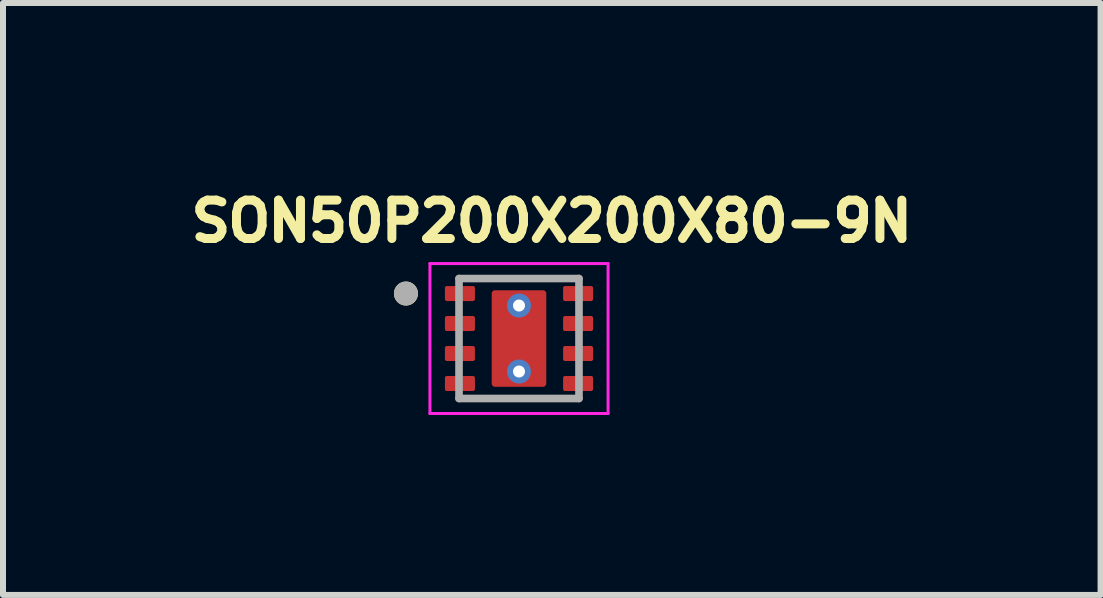
<source format=kicad_pcb>
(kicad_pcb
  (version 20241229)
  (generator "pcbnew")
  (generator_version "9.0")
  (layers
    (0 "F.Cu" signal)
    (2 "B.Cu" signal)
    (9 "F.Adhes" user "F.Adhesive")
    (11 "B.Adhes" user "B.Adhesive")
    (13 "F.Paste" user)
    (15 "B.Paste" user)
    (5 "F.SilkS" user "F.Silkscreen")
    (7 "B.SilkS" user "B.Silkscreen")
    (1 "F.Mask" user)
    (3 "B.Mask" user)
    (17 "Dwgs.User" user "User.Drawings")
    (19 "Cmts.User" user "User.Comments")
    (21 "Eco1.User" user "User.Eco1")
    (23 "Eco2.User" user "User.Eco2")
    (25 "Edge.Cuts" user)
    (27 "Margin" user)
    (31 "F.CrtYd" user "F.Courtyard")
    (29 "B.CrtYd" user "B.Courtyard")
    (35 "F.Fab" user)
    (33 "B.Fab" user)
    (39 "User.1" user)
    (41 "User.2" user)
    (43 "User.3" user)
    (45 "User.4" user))
  (footprint "SON50P200X200X80-9N"
    (layer "F.Cu")
    (at 5.603 2.594)
    (property "Reference" "SON50P200X200X80-9N" (at 0.547 -1.956 0) (layer "F.SilkS") (effects (font (size 0.64 0.64) (thickness 0.15))))
    (attr smd)
    (fp_poly (pts (xy -1.255 -0.945) (xy -0.715 -0.945) (xy -0.712 -0.945) (xy -0.71 -0.945) (xy -0.707 -0.944) (xy -0.705 -0.944) (xy -0.702 -0.943) (xy -0.7 -0.943) (xy -0.697 -0.942) (xy -0.695 -0.941) (xy -0.692 -0.94) (xy -0.69 -0.938) (xy -0.688 -0.937) (xy -0.686 -0.935) (xy -0.684 -0.934) (xy -0.682 -0.932) (xy -0.68 -0.93) (xy -0.678 -0.928) (xy -0.676 -0.926) (xy -0.675 -0.924) (xy -0.673 -0.922) (xy -0.672 -0.92) (xy -0.67 -0.918) (xy -0.669 -0.915) (xy -0.668 -0.913) (xy -0.667 -0.91) (xy -0.667 -0.908) (xy -0.666 -0.905) (xy -0.666 -0.903) (xy -0.665 -0.9) (xy -0.665 -0.898) (xy -0.665 -0.895) (xy -0.665 -0.605) (xy -0.665 -0.602) (xy -0.665 -0.6) (xy -0.666 -0.597) (xy -0.666 -0.595) (xy -0.667 -0.592) (xy -0.667 -0.59) (xy -0.668 -0.587) (xy -0.669 -0.585) (xy -0.67 -0.582) (xy -0.672 -0.58) (xy -0.673 -0.578) (xy -0.675 -0.576) (xy -0.676 -0.574) (xy -0.678 -0.572) (xy -0.68 -0.57) (xy -0.682 -0.568) (xy -0.684 -0.566) (xy -0.686 -0.565) (xy -0.688 -0.563) (xy -0.69 -0.562) (xy -0.692 -0.56) (xy -0.695 -0.559) (xy -0.697 -0.558) (xy -0.7 -0.557) (xy -0.702 -0.557) (xy -0.705 -0.556) (xy -0.707 -0.556) (xy -0.71 -0.555) (xy -0.712 -0.555) (xy -0.715 -0.555) (xy -1.255 -0.555) (xy -1.258 -0.555) (xy -1.26 -0.555) (xy -1.263 -0.556) (xy -1.265 -0.556) (xy -1.268 -0.557) (xy -1.27 -0.557) (xy -1.273 -0.558) (xy -1.275 -0.559) (xy -1.278 -0.56) (xy -1.28 -0.562) (xy -1.282 -0.563) (xy -1.284 -0.565) (xy -1.286 -0.566) (xy -1.288 -0.568) (xy -1.29 -0.57) (xy -1.292 -0.572) (xy -1.294 -0.574) (xy -1.295 -0.576) (xy -1.297 -0.578) (xy -1.298 -0.58) (xy -1.3 -0.582) (xy -1.301 -0.585) (xy -1.302 -0.587) (xy -1.303 -0.59) (xy -1.303 -0.592) (xy -1.304 -0.595) (xy -1.304 -0.597) (xy -1.305 -0.6) (xy -1.305 -0.602) (xy -1.305 -0.605) (xy -1.305 -0.895) (xy -1.305 -0.898) (xy -1.305 -0.9) (xy -1.304 -0.903) (xy -1.304 -0.905) (xy -1.303 -0.908) (xy -1.303 -0.91) (xy -1.302 -0.913) (xy -1.301 -0.915) (xy -1.3 -0.918) (xy -1.298 -0.92) (xy -1.297 -0.922) (xy -1.295 -0.924) (xy -1.294 -0.926) (xy -1.292 -0.928) (xy -1.29 -0.93) (xy -1.288 -0.932) (xy -1.286 -0.934) (xy -1.284 -0.935) (xy -1.282 -0.937) (xy -1.28 -0.938) (xy -1.278 -0.94) (xy -1.275 -0.941) (xy -1.273 -0.942) (xy -1.27 -0.943) (xy -1.268 -0.943) (xy -1.265 -0.944) (xy -1.263 -0.944) (xy -1.26 -0.945) (xy -1.258 -0.945) (xy -1.255 -0.945)) (stroke (width 0.01) (type solid)) (fill yes) (layer "F.Mask"))
    (fp_poly (pts (xy -1.255 -0.445) (xy -0.715 -0.445) (xy -0.712 -0.445) (xy -0.71 -0.445) (xy -0.707 -0.444) (xy -0.705 -0.444) (xy -0.702 -0.443) (xy -0.7 -0.443) (xy -0.697 -0.442) (xy -0.695 -0.441) (xy -0.692 -0.44) (xy -0.69 -0.438) (xy -0.688 -0.437) (xy -0.686 -0.435) (xy -0.684 -0.434) (xy -0.682 -0.432) (xy -0.68 -0.43) (xy -0.678 -0.428) (xy -0.676 -0.426) (xy -0.675 -0.424) (xy -0.673 -0.422) (xy -0.672 -0.42) (xy -0.67 -0.418) (xy -0.669 -0.415) (xy -0.668 -0.413) (xy -0.667 -0.41) (xy -0.667 -0.408) (xy -0.666 -0.405) (xy -0.666 -0.403) (xy -0.665 -0.4) (xy -0.665 -0.398) (xy -0.665 -0.395) (xy -0.665 -0.105) (xy -0.665 -0.102) (xy -0.665 -0.1) (xy -0.666 -0.097) (xy -0.666 -0.095) (xy -0.667 -0.092) (xy -0.667 -0.09) (xy -0.668 -0.087) (xy -0.669 -0.085) (xy -0.67 -0.082) (xy -0.672 -0.08) (xy -0.673 -0.078) (xy -0.675 -0.076) (xy -0.676 -0.074) (xy -0.678 -0.072) (xy -0.68 -0.07) (xy -0.682 -0.068) (xy -0.684 -0.066) (xy -0.686 -0.065) (xy -0.688 -0.063) (xy -0.69 -0.062) (xy -0.692 -0.06) (xy -0.695 -0.059) (xy -0.697 -0.058) (xy -0.7 -0.057) (xy -0.702 -0.057) (xy -0.705 -0.056) (xy -0.707 -0.056) (xy -0.71 -0.055) (xy -0.712 -0.055) (xy -0.715 -0.055) (xy -1.255 -0.055) (xy -1.258 -0.055) (xy -1.26 -0.055) (xy -1.263 -0.056) (xy -1.265 -0.056) (xy -1.268 -0.057) (xy -1.27 -0.057) (xy -1.273 -0.058) (xy -1.275 -0.059) (xy -1.278 -0.06) (xy -1.28 -0.062) (xy -1.282 -0.063) (xy -1.284 -0.065) (xy -1.286 -0.066) (xy -1.288 -0.068) (xy -1.29 -0.07) (xy -1.292 -0.072) (xy -1.294 -0.074) (xy -1.295 -0.076) (xy -1.297 -0.078) (xy -1.298 -0.08) (xy -1.3 -0.082) (xy -1.301 -0.085) (xy -1.302 -0.087) (xy -1.303 -0.09) (xy -1.303 -0.092) (xy -1.304 -0.095) (xy -1.304 -0.097) (xy -1.305 -0.1) (xy -1.305 -0.102) (xy -1.305 -0.105) (xy -1.305 -0.395) (xy -1.305 -0.398) (xy -1.305 -0.4) (xy -1.304 -0.403) (xy -1.304 -0.405) (xy -1.303 -0.408) (xy -1.303 -0.41) (xy -1.302 -0.413) (xy -1.301 -0.415) (xy -1.3 -0.418) (xy -1.298 -0.42) (xy -1.297 -0.422) (xy -1.295 -0.424) (xy -1.294 -0.426) (xy -1.292 -0.428) (xy -1.29 -0.43) (xy -1.288 -0.432) (xy -1.286 -0.434) (xy -1.284 -0.435) (xy -1.282 -0.437) (xy -1.28 -0.438) (xy -1.278 -0.44) (xy -1.275 -0.441) (xy -1.273 -0.442) (xy -1.27 -0.443) (xy -1.268 -0.443) (xy -1.265 -0.444) (xy -1.263 -0.444) (xy -1.26 -0.445) (xy -1.258 -0.445) (xy -1.255 -0.445)) (stroke (width 0.01) (type solid)) (fill yes) (layer "F.Mask"))
    (fp_poly (pts (xy -1.255 0.055) (xy -0.715 0.055) (xy -0.712 0.055) (xy -0.71 0.055) (xy -0.707 0.056) (xy -0.705 0.056) (xy -0.702 0.057) (xy -0.7 0.057) (xy -0.697 0.058) (xy -0.695 0.059) (xy -0.692 0.06) (xy -0.69 0.062) (xy -0.688 0.063) (xy -0.686 0.065) (xy -0.684 0.066) (xy -0.682 0.068) (xy -0.68 0.07) (xy -0.678 0.072) (xy -0.676 0.074) (xy -0.675 0.076) (xy -0.673 0.078) (xy -0.672 0.08) (xy -0.67 0.082) (xy -0.669 0.085) (xy -0.668 0.087) (xy -0.667 0.09) (xy -0.667 0.092) (xy -0.666 0.095) (xy -0.666 0.097) (xy -0.665 0.1) (xy -0.665 0.102) (xy -0.665 0.105) (xy -0.665 0.395) (xy -0.665 0.398) (xy -0.665 0.4) (xy -0.666 0.403) (xy -0.666 0.405) (xy -0.667 0.408) (xy -0.667 0.41) (xy -0.668 0.413) (xy -0.669 0.415) (xy -0.67 0.418) (xy -0.672 0.42) (xy -0.673 0.422) (xy -0.675 0.424) (xy -0.676 0.426) (xy -0.678 0.428) (xy -0.68 0.43) (xy -0.682 0.432) (xy -0.684 0.434) (xy -0.686 0.435) (xy -0.688 0.437) (xy -0.69 0.438) (xy -0.692 0.44) (xy -0.695 0.441) (xy -0.697 0.442) (xy -0.7 0.443) (xy -0.702 0.443) (xy -0.705 0.444) (xy -0.707 0.444) (xy -0.71 0.445) (xy -0.712 0.445) (xy -0.715 0.445) (xy -1.255 0.445) (xy -1.258 0.445) (xy -1.26 0.445) (xy -1.263 0.444) (xy -1.265 0.444) (xy -1.268 0.443) (xy -1.27 0.443) (xy -1.273 0.442) (xy -1.275 0.441) (xy -1.278 0.44) (xy -1.28 0.438) (xy -1.282 0.437) (xy -1.284 0.435) (xy -1.286 0.434) (xy -1.288 0.432) (xy -1.29 0.43) (xy -1.292 0.428) (xy -1.294 0.426) (xy -1.295 0.424) (xy -1.297 0.422) (xy -1.298 0.42) (xy -1.3 0.418) (xy -1.301 0.415) (xy -1.302 0.413) (xy -1.303 0.41) (xy -1.303 0.408) (xy -1.304 0.405) (xy -1.304 0.403) (xy -1.305 0.4) (xy -1.305 0.398) (xy -1.305 0.395) (xy -1.305 0.105) (xy -1.305 0.102) (xy -1.305 0.1) (xy -1.304 0.097) (xy -1.304 0.095) (xy -1.303 0.092) (xy -1.303 0.09) (xy -1.302 0.087) (xy -1.301 0.085) (xy -1.3 0.082) (xy -1.298 0.08) (xy -1.297 0.078) (xy -1.295 0.076) (xy -1.294 0.074) (xy -1.292 0.072) (xy -1.29 0.07) (xy -1.288 0.068) (xy -1.286 0.066) (xy -1.284 0.065) (xy -1.282 0.063) (xy -1.28 0.062) (xy -1.278 0.06) (xy -1.275 0.059) (xy -1.273 0.058) (xy -1.27 0.057) (xy -1.268 0.057) (xy -1.265 0.056) (xy -1.263 0.056) (xy -1.26 0.055) (xy -1.258 0.055) (xy -1.255 0.055)) (stroke (width 0.01) (type solid)) (fill yes) (layer "F.Mask"))
    (fp_poly (pts (xy -1.255 0.555) (xy -0.715 0.555) (xy -0.712 0.555) (xy -0.71 0.555) (xy -0.707 0.556) (xy -0.705 0.556) (xy -0.702 0.557) (xy -0.7 0.557) (xy -0.697 0.558) (xy -0.695 0.559) (xy -0.692 0.56) (xy -0.69 0.562) (xy -0.688 0.563) (xy -0.686 0.565) (xy -0.684 0.566) (xy -0.682 0.568) (xy -0.68 0.57) (xy -0.678 0.572) (xy -0.676 0.574) (xy -0.675 0.576) (xy -0.673 0.578) (xy -0.672 0.58) (xy -0.67 0.582) (xy -0.669 0.585) (xy -0.668 0.587) (xy -0.667 0.59) (xy -0.667 0.592) (xy -0.666 0.595) (xy -0.666 0.597) (xy -0.665 0.6) (xy -0.665 0.602) (xy -0.665 0.605) (xy -0.665 0.895) (xy -0.665 0.898) (xy -0.665 0.9) (xy -0.666 0.903) (xy -0.666 0.905) (xy -0.667 0.908) (xy -0.667 0.91) (xy -0.668 0.913) (xy -0.669 0.915) (xy -0.67 0.918) (xy -0.672 0.92) (xy -0.673 0.922) (xy -0.675 0.924) (xy -0.676 0.926) (xy -0.678 0.928) (xy -0.68 0.93) (xy -0.682 0.932) (xy -0.684 0.934) (xy -0.686 0.935) (xy -0.688 0.937) (xy -0.69 0.938) (xy -0.692 0.94) (xy -0.695 0.941) (xy -0.697 0.942) (xy -0.7 0.943) (xy -0.702 0.943) (xy -0.705 0.944) (xy -0.707 0.944) (xy -0.71 0.945) (xy -0.712 0.945) (xy -0.715 0.945) (xy -1.255 0.945) (xy -1.258 0.945) (xy -1.26 0.945) (xy -1.263 0.944) (xy -1.265 0.944) (xy -1.268 0.943) (xy -1.27 0.943) (xy -1.273 0.942) (xy -1.275 0.941) (xy -1.278 0.94) (xy -1.28 0.938) (xy -1.282 0.937) (xy -1.284 0.935) (xy -1.286 0.934) (xy -1.288 0.932) (xy -1.29 0.93) (xy -1.292 0.928) (xy -1.294 0.926) (xy -1.295 0.924) (xy -1.297 0.922) (xy -1.298 0.92) (xy -1.3 0.918) (xy -1.301 0.915) (xy -1.302 0.913) (xy -1.303 0.91) (xy -1.303 0.908) (xy -1.304 0.905) (xy -1.304 0.903) (xy -1.305 0.9) (xy -1.305 0.898) (xy -1.305 0.895) (xy -1.305 0.605) (xy -1.305 0.602) (xy -1.305 0.6) (xy -1.304 0.597) (xy -1.304 0.595) (xy -1.303 0.592) (xy -1.303 0.59) (xy -1.302 0.587) (xy -1.301 0.585) (xy -1.3 0.582) (xy -1.298 0.58) (xy -1.297 0.578) (xy -1.295 0.576) (xy -1.294 0.574) (xy -1.292 0.572) (xy -1.29 0.57) (xy -1.288 0.568) (xy -1.286 0.566) (xy -1.284 0.565) (xy -1.282 0.563) (xy -1.28 0.562) (xy -1.278 0.56) (xy -1.275 0.559) (xy -1.273 0.558) (xy -1.27 0.557) (xy -1.268 0.557) (xy -1.265 0.556) (xy -1.263 0.556) (xy -1.26 0.555) (xy -1.258 0.555) (xy -1.255 0.555)) (stroke (width 0.01) (type solid)) (fill yes) (layer "F.Mask"))
    (fp_poly (pts (xy -0.52 0.82) (xy -0.52 -0.82) (xy -0.52 -0.823) (xy -0.52 -0.825) (xy -0.519 -0.828) (xy -0.519 -0.83) (xy -0.518 -0.833) (xy -0.518 -0.835) (xy -0.517 -0.838) (xy -0.516 -0.84) (xy -0.515 -0.843) (xy -0.513 -0.845) (xy -0.512 -0.847) (xy -0.51 -0.849) (xy -0.509 -0.851) (xy -0.507 -0.853) (xy -0.505 -0.855) (xy -0.503 -0.857) (xy -0.501 -0.859) (xy -0.499 -0.86) (xy -0.497 -0.862) (xy -0.495 -0.863) (xy -0.493 -0.865) (xy -0.49 -0.866) (xy -0.488 -0.867) (xy -0.485 -0.868) (xy -0.483 -0.868) (xy -0.48 -0.869) (xy -0.478 -0.869) (xy -0.475 -0.87) (xy -0.473 -0.87) (xy -0.47 -0.87) (xy 0.47 -0.87) (xy 0.473 -0.87) (xy 0.475 -0.87) (xy 0.478 -0.869) (xy 0.48 -0.869) (xy 0.483 -0.868) (xy 0.485 -0.868) (xy 0.488 -0.867) (xy 0.49 -0.866) (xy 0.493 -0.865) (xy 0.495 -0.863) (xy 0.497 -0.862) (xy 0.499 -0.86) (xy 0.501 -0.859) (xy 0.503 -0.857) (xy 0.505 -0.855) (xy 0.507 -0.853) (xy 0.509 -0.851) (xy 0.51 -0.849) (xy 0.512 -0.847) (xy 0.513 -0.845) (xy 0.515 -0.843) (xy 0.516 -0.84) (xy 0.517 -0.838) (xy 0.518 -0.835) (xy 0.518 -0.833) (xy 0.519 -0.83) (xy 0.519 -0.828) (xy 0.52 -0.825) (xy 0.52 -0.823) (xy 0.52 -0.82) (xy 0.52 0.82) (xy 0.52 0.823) (xy 0.52 0.825) (xy 0.519 0.828) (xy 0.519 0.83) (xy 0.518 0.833) (xy 0.518 0.835) (xy 0.517 0.838) (xy 0.516 0.84) (xy 0.515 0.843) (xy 0.513 0.845) (xy 0.512 0.847) (xy 0.51 0.849) (xy 0.509 0.851) (xy 0.507 0.853) (xy 0.505 0.855) (xy 0.503 0.857) (xy 0.501 0.859) (xy 0.499 0.86) (xy 0.497 0.862) (xy 0.495 0.863) (xy 0.493 0.865) (xy 0.49 0.866) (xy 0.488 0.867) (xy 0.485 0.868) (xy 0.483 0.868) (xy 0.48 0.869) (xy 0.478 0.869) (xy 0.475 0.87) (xy 0.473 0.87) (xy 0.47 0.87) (xy -0.47 0.87) (xy -0.473 0.87) (xy -0.475 0.87) (xy -0.478 0.869) (xy -0.48 0.869) (xy -0.483 0.868) (xy -0.485 0.868) (xy -0.488 0.867) (xy -0.49 0.866) (xy -0.493 0.865) (xy -0.495 0.863) (xy -0.497 0.862) (xy -0.499 0.86) (xy -0.501 0.859) (xy -0.503 0.857) (xy -0.505 0.855) (xy -0.507 0.853) (xy -0.509 0.851) (xy -0.51 0.849) (xy -0.512 0.847) (xy -0.513 0.845) (xy -0.515 0.843) (xy -0.516 0.84) (xy -0.517 0.838) (xy -0.518 0.835) (xy -0.518 0.833) (xy -0.519 0.83) (xy -0.519 0.828) (xy -0.52 0.825) (xy -0.52 0.823) (xy -0.52 0.82)) (stroke (width 0.01) (type solid)) (fill yes) (layer "F.Mask"))
    (fp_poly (pts (xy 0.715 -0.945) (xy 1.255 -0.945) (xy 1.258 -0.945) (xy 1.26 -0.945) (xy 1.263 -0.944) (xy 1.265 -0.944) (xy 1.268 -0.943) (xy 1.27 -0.943) (xy 1.273 -0.942) (xy 1.275 -0.941) (xy 1.278 -0.94) (xy 1.28 -0.938) (xy 1.282 -0.937) (xy 1.284 -0.935) (xy 1.286 -0.934) (xy 1.288 -0.932) (xy 1.29 -0.93) (xy 1.292 -0.928) (xy 1.294 -0.926) (xy 1.295 -0.924) (xy 1.297 -0.922) (xy 1.298 -0.92) (xy 1.3 -0.918) (xy 1.301 -0.915) (xy 1.302 -0.913) (xy 1.303 -0.91) (xy 1.303 -0.908) (xy 1.304 -0.905) (xy 1.304 -0.903) (xy 1.305 -0.9) (xy 1.305 -0.898) (xy 1.305 -0.895) (xy 1.305 -0.605) (xy 1.305 -0.602) (xy 1.305 -0.6) (xy 1.304 -0.597) (xy 1.304 -0.595) (xy 1.303 -0.592) (xy 1.303 -0.59) (xy 1.302 -0.587) (xy 1.301 -0.585) (xy 1.3 -0.582) (xy 1.298 -0.58) (xy 1.297 -0.578) (xy 1.295 -0.576) (xy 1.294 -0.574) (xy 1.292 -0.572) (xy 1.29 -0.57) (xy 1.288 -0.568) (xy 1.286 -0.566) (xy 1.284 -0.565) (xy 1.282 -0.563) (xy 1.28 -0.562) (xy 1.278 -0.56) (xy 1.275 -0.559) (xy 1.273 -0.558) (xy 1.27 -0.557) (xy 1.268 -0.557) (xy 1.265 -0.556) (xy 1.263 -0.556) (xy 1.26 -0.555) (xy 1.258 -0.555) (xy 1.255 -0.555) (xy 0.715 -0.555) (xy 0.712 -0.555) (xy 0.71 -0.555) (xy 0.707 -0.556) (xy 0.705 -0.556) (xy 0.702 -0.557) (xy 0.7 -0.557) (xy 0.697 -0.558) (xy 0.695 -0.559) (xy 0.692 -0.56) (xy 0.69 -0.562) (xy 0.688 -0.563) (xy 0.686 -0.565) (xy 0.684 -0.566) (xy 0.682 -0.568) (xy 0.68 -0.57) (xy 0.678 -0.572) (xy 0.676 -0.574) (xy 0.675 -0.576) (xy 0.673 -0.578) (xy 0.672 -0.58) (xy 0.67 -0.582) (xy 0.669 -0.585) (xy 0.668 -0.587) (xy 0.667 -0.59) (xy 0.667 -0.592) (xy 0.666 -0.595) (xy 0.666 -0.597) (xy 0.665 -0.6) (xy 0.665 -0.602) (xy 0.665 -0.605) (xy 0.665 -0.895) (xy 0.665 -0.898) (xy 0.665 -0.9) (xy 0.666 -0.903) (xy 0.666 -0.905) (xy 0.667 -0.908) (xy 0.667 -0.91) (xy 0.668 -0.913) (xy 0.669 -0.915) (xy 0.67 -0.918) (xy 0.672 -0.92) (xy 0.673 -0.922) (xy 0.675 -0.924) (xy 0.676 -0.926) (xy 0.678 -0.928) (xy 0.68 -0.93) (xy 0.682 -0.932) (xy 0.684 -0.934) (xy 0.686 -0.935) (xy 0.688 -0.937) (xy 0.69 -0.938) (xy 0.692 -0.94) (xy 0.695 -0.941) (xy 0.697 -0.942) (xy 0.7 -0.943) (xy 0.702 -0.943) (xy 0.705 -0.944) (xy 0.707 -0.944) (xy 0.71 -0.945) (xy 0.712 -0.945) (xy 0.715 -0.945)) (stroke (width 0.01) (type solid)) (fill yes) (layer "F.Mask"))
    (fp_poly (pts (xy 0.715 -0.445) (xy 1.255 -0.445) (xy 1.258 -0.445) (xy 1.26 -0.445) (xy 1.263 -0.444) (xy 1.265 -0.444) (xy 1.268 -0.443) (xy 1.27 -0.443) (xy 1.273 -0.442) (xy 1.275 -0.441) (xy 1.278 -0.44) (xy 1.28 -0.438) (xy 1.282 -0.437) (xy 1.284 -0.435) (xy 1.286 -0.434) (xy 1.288 -0.432) (xy 1.29 -0.43) (xy 1.292 -0.428) (xy 1.294 -0.426) (xy 1.295 -0.424) (xy 1.297 -0.422) (xy 1.298 -0.42) (xy 1.3 -0.418) (xy 1.301 -0.415) (xy 1.302 -0.413) (xy 1.303 -0.41) (xy 1.303 -0.408) (xy 1.304 -0.405) (xy 1.304 -0.403) (xy 1.305 -0.4) (xy 1.305 -0.398) (xy 1.305 -0.395) (xy 1.305 -0.105) (xy 1.305 -0.102) (xy 1.305 -0.1) (xy 1.304 -0.097) (xy 1.304 -0.095) (xy 1.303 -0.092) (xy 1.303 -0.09) (xy 1.302 -0.087) (xy 1.301 -0.085) (xy 1.3 -0.082) (xy 1.298 -0.08) (xy 1.297 -0.078) (xy 1.295 -0.076) (xy 1.294 -0.074) (xy 1.292 -0.072) (xy 1.29 -0.07) (xy 1.288 -0.068) (xy 1.286 -0.066) (xy 1.284 -0.065) (xy 1.282 -0.063) (xy 1.28 -0.062) (xy 1.278 -0.06) (xy 1.275 -0.059) (xy 1.273 -0.058) (xy 1.27 -0.057) (xy 1.268 -0.057) (xy 1.265 -0.056) (xy 1.263 -0.056) (xy 1.26 -0.055) (xy 1.258 -0.055) (xy 1.255 -0.055) (xy 0.715 -0.055) (xy 0.712 -0.055) (xy 0.71 -0.055) (xy 0.707 -0.056) (xy 0.705 -0.056) (xy 0.702 -0.057) (xy 0.7 -0.057) (xy 0.697 -0.058) (xy 0.695 -0.059) (xy 0.692 -0.06) (xy 0.69 -0.062) (xy 0.688 -0.063) (xy 0.686 -0.065) (xy 0.684 -0.066) (xy 0.682 -0.068) (xy 0.68 -0.07) (xy 0.678 -0.072) (xy 0.676 -0.074) (xy 0.675 -0.076) (xy 0.673 -0.078) (xy 0.672 -0.08) (xy 0.67 -0.082) (xy 0.669 -0.085) (xy 0.668 -0.087) (xy 0.667 -0.09) (xy 0.667 -0.092) (xy 0.666 -0.095) (xy 0.666 -0.097) (xy 0.665 -0.1) (xy 0.665 -0.102) (xy 0.665 -0.105) (xy 0.665 -0.395) (xy 0.665 -0.398) (xy 0.665 -0.4) (xy 0.666 -0.403) (xy 0.666 -0.405) (xy 0.667 -0.408) (xy 0.667 -0.41) (xy 0.668 -0.413) (xy 0.669 -0.415) (xy 0.67 -0.418) (xy 0.672 -0.42) (xy 0.673 -0.422) (xy 0.675 -0.424) (xy 0.676 -0.426) (xy 0.678 -0.428) (xy 0.68 -0.43) (xy 0.682 -0.432) (xy 0.684 -0.434) (xy 0.686 -0.435) (xy 0.688 -0.437) (xy 0.69 -0.438) (xy 0.692 -0.44) (xy 0.695 -0.441) (xy 0.697 -0.442) (xy 0.7 -0.443) (xy 0.702 -0.443) (xy 0.705 -0.444) (xy 0.707 -0.444) (xy 0.71 -0.445) (xy 0.712 -0.445) (xy 0.715 -0.445)) (stroke (width 0.01) (type solid)) (fill yes) (layer "F.Mask"))
    (fp_poly (pts (xy 0.715 0.055) (xy 1.255 0.055) (xy 1.258 0.055) (xy 1.26 0.055) (xy 1.263 0.056) (xy 1.265 0.056) (xy 1.268 0.057) (xy 1.27 0.057) (xy 1.273 0.058) (xy 1.275 0.059) (xy 1.278 0.06) (xy 1.28 0.062) (xy 1.282 0.063) (xy 1.284 0.065) (xy 1.286 0.066) (xy 1.288 0.068) (xy 1.29 0.07) (xy 1.292 0.072) (xy 1.294 0.074) (xy 1.295 0.076) (xy 1.297 0.078) (xy 1.298 0.08) (xy 1.3 0.082) (xy 1.301 0.085) (xy 1.302 0.087) (xy 1.303 0.09) (xy 1.303 0.092) (xy 1.304 0.095) (xy 1.304 0.097) (xy 1.305 0.1) (xy 1.305 0.102) (xy 1.305 0.105) (xy 1.305 0.395) (xy 1.305 0.398) (xy 1.305 0.4) (xy 1.304 0.403) (xy 1.304 0.405) (xy 1.303 0.408) (xy 1.303 0.41) (xy 1.302 0.413) (xy 1.301 0.415) (xy 1.3 0.418) (xy 1.298 0.42) (xy 1.297 0.422) (xy 1.295 0.424) (xy 1.294 0.426) (xy 1.292 0.428) (xy 1.29 0.43) (xy 1.288 0.432) (xy 1.286 0.434) (xy 1.284 0.435) (xy 1.282 0.437) (xy 1.28 0.438) (xy 1.278 0.44) (xy 1.275 0.441) (xy 1.273 0.442) (xy 1.27 0.443) (xy 1.268 0.443) (xy 1.265 0.444) (xy 1.263 0.444) (xy 1.26 0.445) (xy 1.258 0.445) (xy 1.255 0.445) (xy 0.715 0.445) (xy 0.712 0.445) (xy 0.71 0.445) (xy 0.707 0.444) (xy 0.705 0.444) (xy 0.702 0.443) (xy 0.7 0.443) (xy 0.697 0.442) (xy 0.695 0.441) (xy 0.692 0.44) (xy 0.69 0.438) (xy 0.688 0.437) (xy 0.686 0.435) (xy 0.684 0.434) (xy 0.682 0.432) (xy 0.68 0.43) (xy 0.678 0.428) (xy 0.676 0.426) (xy 0.675 0.424) (xy 0.673 0.422) (xy 0.672 0.42) (xy 0.67 0.418) (xy 0.669 0.415) (xy 0.668 0.413) (xy 0.667 0.41) (xy 0.667 0.408) (xy 0.666 0.405) (xy 0.666 0.403) (xy 0.665 0.4) (xy 0.665 0.398) (xy 0.665 0.395) (xy 0.665 0.105) (xy 0.665 0.102) (xy 0.665 0.1) (xy 0.666 0.097) (xy 0.666 0.095) (xy 0.667 0.092) (xy 0.667 0.09) (xy 0.668 0.087) (xy 0.669 0.085) (xy 0.67 0.082) (xy 0.672 0.08) (xy 0.673 0.078) (xy 0.675 0.076) (xy 0.676 0.074) (xy 0.678 0.072) (xy 0.68 0.07) (xy 0.682 0.068) (xy 0.684 0.066) (xy 0.686 0.065) (xy 0.688 0.063) (xy 0.69 0.062) (xy 0.692 0.06) (xy 0.695 0.059) (xy 0.697 0.058) (xy 0.7 0.057) (xy 0.702 0.057) (xy 0.705 0.056) (xy 0.707 0.056) (xy 0.71 0.055) (xy 0.712 0.055) (xy 0.715 0.055)) (stroke (width 0.01) (type solid)) (fill yes) (layer "F.Mask"))
    (fp_poly (pts (xy 0.715 0.555) (xy 1.255 0.555) (xy 1.258 0.555) (xy 1.26 0.555) (xy 1.263 0.556) (xy 1.265 0.556) (xy 1.268 0.557) (xy 1.27 0.557) (xy 1.273 0.558) (xy 1.275 0.559) (xy 1.278 0.56) (xy 1.28 0.562) (xy 1.282 0.563) (xy 1.284 0.565) (xy 1.286 0.566) (xy 1.288 0.568) (xy 1.29 0.57) (xy 1.292 0.572) (xy 1.294 0.574) (xy 1.295 0.576) (xy 1.297 0.578) (xy 1.298 0.58) (xy 1.3 0.582) (xy 1.301 0.585) (xy 1.302 0.587) (xy 1.303 0.59) (xy 1.303 0.592) (xy 1.304 0.595) (xy 1.304 0.597) (xy 1.305 0.6) (xy 1.305 0.602) (xy 1.305 0.605) (xy 1.305 0.895) (xy 1.305 0.898) (xy 1.305 0.9) (xy 1.304 0.903) (xy 1.304 0.905) (xy 1.303 0.908) (xy 1.303 0.91) (xy 1.302 0.913) (xy 1.301 0.915) (xy 1.3 0.918) (xy 1.298 0.92) (xy 1.297 0.922) (xy 1.295 0.924) (xy 1.294 0.926) (xy 1.292 0.928) (xy 1.29 0.93) (xy 1.288 0.932) (xy 1.286 0.934) (xy 1.284 0.935) (xy 1.282 0.937) (xy 1.28 0.938) (xy 1.278 0.94) (xy 1.275 0.941) (xy 1.273 0.942) (xy 1.27 0.943) (xy 1.268 0.943) (xy 1.265 0.944) (xy 1.263 0.944) (xy 1.26 0.945) (xy 1.258 0.945) (xy 1.255 0.945) (xy 0.715 0.945) (xy 0.712 0.945) (xy 0.71 0.945) (xy 0.707 0.944) (xy 0.705 0.944) (xy 0.702 0.943) (xy 0.7 0.943) (xy 0.697 0.942) (xy 0.695 0.941) (xy 0.692 0.94) (xy 0.69 0.938) (xy 0.688 0.937) (xy 0.686 0.935) (xy 0.684 0.934) (xy 0.682 0.932) (xy 0.68 0.93) (xy 0.678 0.928) (xy 0.676 0.926) (xy 0.675 0.924) (xy 0.673 0.922) (xy 0.672 0.92) (xy 0.67 0.918) (xy 0.669 0.915) (xy 0.668 0.913) (xy 0.667 0.91) (xy 0.667 0.908) (xy 0.666 0.905) (xy 0.666 0.903) (xy 0.665 0.9) (xy 0.665 0.898) (xy 0.665 0.895) (xy 0.665 0.605) (xy 0.665 0.602) (xy 0.665 0.6) (xy 0.666 0.597) (xy 0.666 0.595) (xy 0.667 0.592) (xy 0.667 0.59) (xy 0.668 0.587) (xy 0.669 0.585) (xy 0.67 0.582) (xy 0.672 0.58) (xy 0.673 0.578) (xy 0.675 0.576) (xy 0.676 0.574) (xy 0.678 0.572) (xy 0.68 0.57) (xy 0.682 0.568) (xy 0.684 0.566) (xy 0.686 0.565) (xy 0.688 0.563) (xy 0.69 0.562) (xy 0.692 0.56) (xy 0.695 0.559) (xy 0.697 0.558) (xy 0.7 0.557) (xy 0.702 0.557) (xy 0.705 0.556) (xy 0.707 0.556) (xy 0.71 0.555) (xy 0.712 0.555) (xy 0.715 0.555)) (stroke (width 0.01) (type solid)) (fill yes) (layer "F.Mask"))
    (fp_circle (center -1.885 -0.75) (end -1.785 -0.75) (stroke (width 0.2) (type solid)) (fill no) (layer "F.SilkS"))
    (fp_poly (pts (xy -0.45 -0.15) (xy -0.45 -0.75) (xy -0.45 -0.753) (xy -0.45 -0.755) (xy -0.449 -0.758) (xy -0.449 -0.76) (xy -0.448 -0.763) (xy -0.448 -0.765) (xy -0.447 -0.768) (xy -0.446 -0.77) (xy -0.445 -0.773) (xy -0.443 -0.775) (xy -0.442 -0.777) (xy -0.44 -0.779) (xy -0.439 -0.781) (xy -0.437 -0.783) (xy -0.435 -0.785) (xy -0.433 -0.787) (xy -0.431 -0.789) (xy -0.429 -0.79) (xy -0.427 -0.792) (xy -0.425 -0.793) (xy -0.423 -0.795) (xy -0.42 -0.796) (xy -0.418 -0.797) (xy -0.415 -0.798) (xy -0.413 -0.798) (xy -0.41 -0.799) (xy -0.408 -0.799) (xy -0.405 -0.8) (xy -0.403 -0.8) (xy -0.4 -0.8) (xy 0.4 -0.8) (xy 0.403 -0.8) (xy 0.405 -0.8) (xy 0.408 -0.799) (xy 0.41 -0.799) (xy 0.413 -0.798) (xy 0.415 -0.798) (xy 0.418 -0.797) (xy 0.42 -0.796) (xy 0.423 -0.795) (xy 0.425 -0.793) (xy 0.427 -0.792) (xy 0.429 -0.79) (xy 0.431 -0.789) (xy 0.433 -0.787) (xy 0.435 -0.785) (xy 0.437 -0.783) (xy 0.439 -0.781) (xy 0.44 -0.779) (xy 0.442 -0.777) (xy 0.443 -0.775) (xy 0.445 -0.773) (xy 0.446 -0.77) (xy 0.447 -0.768) (xy 0.448 -0.765) (xy 0.448 -0.763) (xy 0.449 -0.76) (xy 0.449 -0.758) (xy 0.45 -0.755) (xy 0.45 -0.753) (xy 0.45 -0.75) (xy 0.45 -0.15) (xy 0.45 -0.147) (xy 0.45 -0.145) (xy 0.449 -0.142) (xy 0.449 -0.14) (xy 0.448 -0.137) (xy 0.448 -0.135) (xy 0.447 -0.132) (xy 0.446 -0.13) (xy 0.445 -0.127) (xy 0.443 -0.125) (xy 0.442 -0.123) (xy 0.44 -0.121) (xy 0.439 -0.119) (xy 0.437 -0.117) (xy 0.435 -0.115) (xy 0.433 -0.113) (xy 0.431 -0.111) (xy 0.429 -0.11) (xy 0.427 -0.108) (xy 0.425 -0.107) (xy 0.423 -0.105) (xy 0.42 -0.104) (xy 0.418 -0.103) (xy 0.415 -0.102) (xy 0.413 -0.102) (xy 0.41 -0.101) (xy 0.408 -0.101) (xy 0.405 -0.1) (xy 0.403 -0.1) (xy 0.4 -0.1) (xy -0.4 -0.1) (xy -0.403 -0.1) (xy -0.405 -0.1) (xy -0.408 -0.101) (xy -0.41 -0.101) (xy -0.413 -0.102) (xy -0.415 -0.102) (xy -0.418 -0.103) (xy -0.42 -0.104) (xy -0.423 -0.105) (xy -0.425 -0.107) (xy -0.427 -0.108) (xy -0.429 -0.11) (xy -0.431 -0.111) (xy -0.433 -0.113) (xy -0.435 -0.115) (xy -0.437 -0.117) (xy -0.439 -0.119) (xy -0.44 -0.121) (xy -0.442 -0.123) (xy -0.443 -0.125) (xy -0.445 -0.127) (xy -0.446 -0.13) (xy -0.447 -0.132) (xy -0.448 -0.135) (xy -0.448 -0.137) (xy -0.449 -0.14) (xy -0.449 -0.142) (xy -0.45 -0.145) (xy -0.45 -0.147) (xy -0.45 -0.15)) (stroke (width 0.01) (type solid)) (fill yes) (layer "F.Paste"))
    (fp_poly (pts (xy -0.45 0.75) (xy -0.45 0.15) (xy -0.45 0.147) (xy -0.45 0.145) (xy -0.449 0.142) (xy -0.449 0.14) (xy -0.448 0.137) (xy -0.448 0.135) (xy -0.447 0.132) (xy -0.446 0.13) (xy -0.445 0.127) (xy -0.443 0.125) (xy -0.442 0.123) (xy -0.44 0.121) (xy -0.439 0.119) (xy -0.437 0.117) (xy -0.435 0.115) (xy -0.433 0.113) (xy -0.431 0.111) (xy -0.429 0.11) (xy -0.427 0.108) (xy -0.425 0.107) (xy -0.423 0.105) (xy -0.42 0.104) (xy -0.418 0.103) (xy -0.415 0.102) (xy -0.413 0.102) (xy -0.41 0.101) (xy -0.408 0.101) (xy -0.405 0.1) (xy -0.403 0.1) (xy -0.4 0.1) (xy 0.4 0.1) (xy 0.403 0.1) (xy 0.405 0.1) (xy 0.408 0.101) (xy 0.41 0.101) (xy 0.413 0.102) (xy 0.415 0.102) (xy 0.418 0.103) (xy 0.42 0.104) (xy 0.423 0.105) (xy 0.425 0.107) (xy 0.427 0.108) (xy 0.429 0.11) (xy 0.431 0.111) (xy 0.433 0.113) (xy 0.435 0.115) (xy 0.437 0.117) (xy 0.439 0.119) (xy 0.44 0.121) (xy 0.442 0.123) (xy 0.443 0.125) (xy 0.445 0.127) (xy 0.446 0.13) (xy 0.447 0.132) (xy 0.448 0.135) (xy 0.448 0.137) (xy 0.449 0.14) (xy 0.449 0.142) (xy 0.45 0.145) (xy 0.45 0.147) (xy 0.45 0.15) (xy 0.45 0.75) (xy 0.45 0.753) (xy 0.45 0.755) (xy 0.449 0.758) (xy 0.449 0.76) (xy 0.448 0.763) (xy 0.448 0.765) (xy 0.447 0.768) (xy 0.446 0.77) (xy 0.445 0.773) (xy 0.443 0.775) (xy 0.442 0.777) (xy 0.44 0.779) (xy 0.439 0.781) (xy 0.437 0.783) (xy 0.435 0.785) (xy 0.433 0.787) (xy 0.431 0.789) (xy 0.429 0.79) (xy 0.427 0.792) (xy 0.425 0.793) (xy 0.423 0.795) (xy 0.42 0.796) (xy 0.418 0.797) (xy 0.415 0.798) (xy 0.413 0.798) (xy 0.41 0.799) (xy 0.408 0.799) (xy 0.405 0.8) (xy 0.403 0.8) (xy 0.4 0.8) (xy -0.4 0.8) (xy -0.403 0.8) (xy -0.405 0.8) (xy -0.408 0.799) (xy -0.41 0.799) (xy -0.413 0.798) (xy -0.415 0.798) (xy -0.418 0.797) (xy -0.42 0.796) (xy -0.423 0.795) (xy -0.425 0.793) (xy -0.427 0.792) (xy -0.429 0.79) (xy -0.431 0.789) (xy -0.433 0.787) (xy -0.435 0.785) (xy -0.437 0.783) (xy -0.439 0.781) (xy -0.44 0.779) (xy -0.442 0.777) (xy -0.443 0.775) (xy -0.445 0.773) (xy -0.446 0.77) (xy -0.447 0.768) (xy -0.448 0.765) (xy -0.448 0.763) (xy -0.449 0.76) (xy -0.449 0.758) (xy -0.45 0.755) (xy -0.45 0.753) (xy -0.45 0.75)) (stroke (width 0.01) (type solid)) (fill yes) (layer "F.Paste"))
    (fp_line (start -1.485 -1.25) (end -1.485 1.25) (stroke (width 0.05) (type solid)) (layer "F.CrtYd"))
    (fp_line (start -1.485 1.25) (end 1.485 1.25) (stroke (width 0.05) (type solid)) (layer "F.CrtYd"))
    (fp_line (start 1.485 -1.25) (end -1.485 -1.25) (stroke (width 0.05) (type solid)) (layer "F.CrtYd"))
    (fp_line (start 1.485 1.25) (end 1.485 -1.25) (stroke (width 0.05) (type solid)) (layer "F.CrtYd"))
    (fp_line (start -1 -1) (end -1 1) (stroke (width 0.127) (type solid)) (layer "F.Fab"))
    (fp_line (start -1 -1) (end 1 -1) (stroke (width 0.127) (type solid)) (layer "F.Fab"))
    (fp_line (start -1 1) (end 1 1) (stroke (width 0.127) (type solid)) (layer "F.Fab"))
    (fp_line (start 1 -1) (end 1 1) (stroke (width 0.127) (type solid)) (layer "F.Fab"))
    (fp_circle (center -1.885 -0.75) (end -1.785 -0.75) (stroke (width 0.2) (type solid)) (fill no) (layer "F.Fab"))
    (pad "1" smd roundrect (at -0.985 -0.75) (size 0.5 0.25) (layers "F.Cu" "F.Paste") (roundrect_rratio 0.125))
    (pad "2" smd roundrect (at -0.985 -0.25) (size 0.5 0.25) (layers "F.Cu" "F.Paste") (roundrect_rratio 0.125))
    (pad "3" smd roundrect (at -0.985 0.25) (size 0.5 0.25) (layers "F.Cu" "F.Paste") (roundrect_rratio 0.125))
    (pad "4" smd roundrect (at -0.985 0.75) (size 0.5 0.25) (layers "F.Cu" "F.Paste") (roundrect_rratio 0.125))
    (pad "5" smd roundrect (at 0.985 0.75) (size 0.5 0.25) (layers "F.Cu" "F.Paste") (roundrect_rratio 0.125))
    (pad "6" smd roundrect (at 0.985 0.25) (size 0.5 0.25) (layers "F.Cu" "F.Paste") (roundrect_rratio 0.125))
    (pad "7" smd roundrect (at 0.985 -0.25) (size 0.5 0.25) (layers "F.Cu" "F.Paste") (roundrect_rratio 0.125))
    (pad "8" smd roundrect (at 0.985 -0.75) (size 0.5 0.25) (layers "F.Cu" "F.Paste") (roundrect_rratio 0.125))
    (pad "9" smd custom (at 0 0) (size 0.1 0.1) (layers "F.Cu") (options (anchor rect)) (primitives (gr_poly (pts (xy -0.45 0.75) (xy -0.45 -0.75) (xy -0.45 -0.753) (xy -0.45 -0.755) (xy -0.449 -0.758) (xy -0.449 -0.76) (xy -0.448 -0.763) (xy -0.448 -0.765) (xy -0.447 -0.768) (xy -0.446 -0.77) (xy -0.445 -0.773) (xy -0.443 -0.775) (xy -0.442 -0.777) (xy -0.44 -0.779) (xy -0.439 -0.781) (xy -0.437 -0.783) (xy -0.435 -0.785) (xy -0.433 -0.787) (xy -0.431 -0.789) (xy -0.429 -0.79) (xy -0.427 -0.792) (xy -0.425 -0.793) (xy -0.423 -0.795) (xy -0.42 -0.796) (xy -0.418 -0.797) (xy -0.415 -0.798) (xy -0.413 -0.798) (xy -0.41 -0.799) (xy -0.408 -0.799) (xy -0.405 -0.8) (xy -0.403 -0.8) (xy -0.4 -0.8) (xy 0.4 -0.8) (xy 0.403 -0.8) (xy 0.405 -0.8) (xy 0.408 -0.799) (xy 0.41 -0.799) (xy 0.413 -0.798) (xy 0.415 -0.798) (xy 0.418 -0.797) (xy 0.42 -0.796) (xy 0.423 -0.795) (xy 0.425 -0.793) (xy 0.427 -0.792) (xy 0.429 -0.79) (xy 0.431 -0.789) (xy 0.433 -0.787) (xy 0.435 -0.785) (xy 0.437 -0.783) (xy 0.439 -0.781) (xy 0.44 -0.779) (xy 0.442 -0.777) (xy 0.443 -0.775) (xy 0.445 -0.773) (xy 0.446 -0.77) (xy 0.447 -0.768) (xy 0.448 -0.765) (xy 0.448 -0.763) (xy 0.449 -0.76) (xy 0.449 -0.758) (xy 0.45 -0.755) (xy 0.45 -0.753) (xy 0.45 -0.75) (xy 0.45 0.75) (xy 0.45 0.753) (xy 0.45 0.755) (xy 0.449 0.758) (xy 0.449 0.76) (xy 0.448 0.763) (xy 0.448 0.765) (xy 0.447 0.768) (xy 0.446 0.77) (xy 0.445 0.773) (xy 0.443 0.775) (xy 0.442 0.777) (xy 0.44 0.779) (xy 0.439 0.781) (xy 0.437 0.783) (xy 0.435 0.785) (xy 0.433 0.787) (xy 0.431 0.789) (xy 0.429 0.79) (xy 0.427 0.792) (xy 0.425 0.793) (xy 0.423 0.795) (xy 0.42 0.796) (xy 0.418 0.797) (xy 0.415 0.798) (xy 0.413 0.798) (xy 0.41 0.799) (xy 0.408 0.799) (xy 0.405 0.8) (xy 0.403 0.8) (xy 0.4 0.8) (xy -0.4 0.8) (xy -0.403 0.8) (xy -0.405 0.8) (xy -0.408 0.799) (xy -0.41 0.799) (xy -0.413 0.798) (xy -0.415 0.798) (xy -0.418 0.797) (xy -0.42 0.796) (xy -0.423 0.795) (xy -0.425 0.793) (xy -0.427 0.792) (xy -0.429 0.79) (xy -0.431 0.789) (xy -0.433 0.787) (xy -0.435 0.785) (xy -0.437 0.783) (xy -0.439 0.781) (xy -0.44 0.779) (xy -0.442 0.777) (xy -0.443 0.775) (xy -0.445 0.773) (xy -0.446 0.77) (xy -0.447 0.768) (xy -0.448 0.765) (xy -0.448 0.763) (xy -0.449 0.76) (xy -0.449 0.758) (xy -0.45 0.755) (xy -0.45 0.753) (xy -0.45 0.75)) (width 0.01) (fill yes))))
    (pad "10" thru_hole circle (at 0 -0.55) (size 0.4 0.4) (drill 0.2) (layers "*.Cu"))
    (pad "11" thru_hole circle (at 0 0.55) (size 0.4 0.4) (drill 0.2) (layers "*.Cu")))
  (gr_rect
    (start -3 -3)
    (end 15.299 6.869)
    (stroke (width 0.1) (type default))
    (fill no)
    (layer "Edge.Cuts")))
</source>
